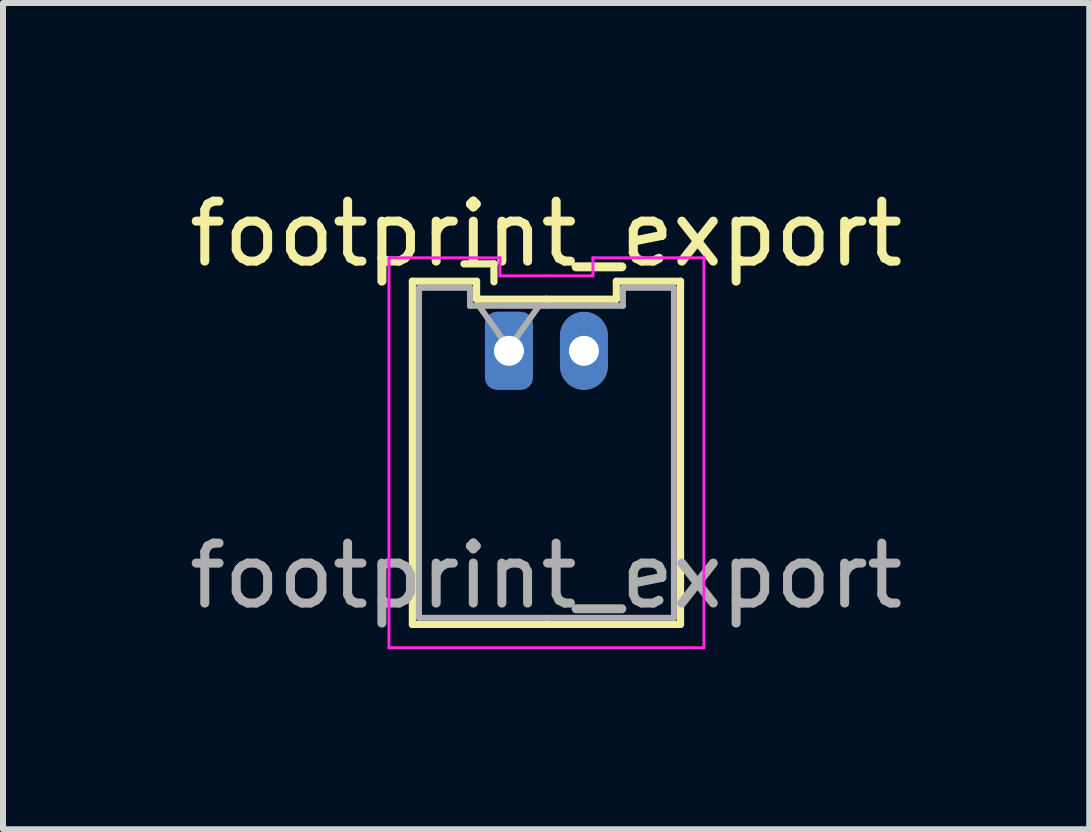
<source format=kicad_pcb>
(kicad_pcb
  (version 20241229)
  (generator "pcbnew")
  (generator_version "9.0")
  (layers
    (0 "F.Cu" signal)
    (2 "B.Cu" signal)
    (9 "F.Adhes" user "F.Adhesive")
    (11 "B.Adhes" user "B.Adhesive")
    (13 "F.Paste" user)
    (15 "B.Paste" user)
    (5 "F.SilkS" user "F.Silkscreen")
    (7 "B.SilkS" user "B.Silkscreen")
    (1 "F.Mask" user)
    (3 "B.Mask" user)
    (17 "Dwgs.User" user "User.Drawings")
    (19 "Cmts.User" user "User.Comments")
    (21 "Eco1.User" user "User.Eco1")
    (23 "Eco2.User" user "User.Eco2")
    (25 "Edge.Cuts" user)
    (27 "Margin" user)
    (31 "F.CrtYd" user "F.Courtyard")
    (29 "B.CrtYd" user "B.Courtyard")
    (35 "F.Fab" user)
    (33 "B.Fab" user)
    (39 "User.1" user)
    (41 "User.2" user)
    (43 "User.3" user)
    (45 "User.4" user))
  (footprint "footprint_export"
    (layer "F.Cu")
    (at 5.434 2.798)
    (property "Reference" "footprint_export" (at 0.62 -1.95 0) (layer "F.SilkS") (effects (font (size 1 1) (thickness 0.15))))
    (attr through_hole)
    (fp_line (start -1.61 -1.16) (end -1.61 4.56) (stroke (width 0.12) (type solid)) (layer "F.SilkS"))
    (fp_line (start -1.61 4.56) (end 0.625 4.56) (stroke (width 0.12) (type solid)) (layer "F.SilkS"))
    (fp_line (start -0.54 -1.16) (end -1.61 -1.16) (stroke (width 0.12) (type solid)) (layer "F.SilkS"))
    (fp_line (start -0.54 -0.86) (end -0.54 -1.16) (stroke (width 0.12) (type solid)) (layer "F.SilkS"))
    (fp_line (start -0.25 -1.45) (end -0.75 -1.45) (stroke (width 0.12) (type solid)) (layer "F.SilkS"))
    (fp_line (start -0.25 -1.15) (end -0.25 -1.45) (stroke (width 0.12) (type solid)) (layer "F.SilkS"))
    (fp_line (start 0.625 -0.86) (end -0.54 -0.86) (stroke (width 0.12) (type solid)) (layer "F.SilkS"))
    (fp_line (start 0.625 -0.86) (end 1.79 -0.86) (stroke (width 0.12) (type solid)) (layer "F.SilkS"))
    (fp_line (start 1.79 -1.16) (end 2.86 -1.16) (stroke (width 0.12) (type solid)) (layer "F.SilkS"))
    (fp_line (start 1.79 -0.86) (end 1.79 -1.16) (stroke (width 0.12) (type solid)) (layer "F.SilkS"))
    (fp_line (start 2.86 -1.16) (end 2.86 4.56) (stroke (width 0.12) (type solid)) (layer "F.SilkS"))
    (fp_line (start 2.86 4.56) (end 0.625 4.56) (stroke (width 0.12) (type solid)) (layer "F.SilkS"))
    (fp_line (start -2 -1.55) (end -2 4.95) (stroke (width 0.05) (type solid)) (layer "F.CrtYd"))
    (fp_line (start -2 4.95) (end 0.62 4.95) (stroke (width 0.05) (type solid)) (layer "F.CrtYd"))
    (fp_line (start -0.15 -1.55) (end -2 -1.55) (stroke (width 0.05) (type solid)) (layer "F.CrtYd"))
    (fp_line (start -0.15 -1.25) (end -0.15 -1.55) (stroke (width 0.05) (type solid)) (layer "F.CrtYd"))
    (fp_line (start 0.62 -1.25) (end -0.15 -1.25) (stroke (width 0.05) (type solid)) (layer "F.CrtYd"))
    (fp_line (start 0.63 -1.25) (end 1.4 -1.25) (stroke (width 0.05) (type solid)) (layer "F.CrtYd"))
    (fp_line (start 1.4 -1.55) (end 3.25 -1.55) (stroke (width 0.05) (type solid)) (layer "F.CrtYd"))
    (fp_line (start 1.4 -1.25) (end 1.4 -1.55) (stroke (width 0.05) (type solid)) (layer "F.CrtYd"))
    (fp_line (start 3.25 -1.55) (end 3.25 4.95) (stroke (width 0.05) (type solid)) (layer "F.CrtYd"))
    (fp_line (start 3.25 4.95) (end 0.63 4.95) (stroke (width 0.05) (type solid)) (layer "F.CrtYd"))
    (fp_line (start -1.5 -1.05) (end -1.5 4.45) (stroke (width 0.1) (type solid)) (layer "F.Fab"))
    (fp_line (start -1.5 4.45) (end 0.625 4.45) (stroke (width 0.1) (type solid)) (layer "F.Fab"))
    (fp_line (start -0.65 -1.05) (end -1.5 -1.05) (stroke (width 0.1) (type solid)) (layer "F.Fab"))
    (fp_line (start -0.65 -0.75) (end -0.65 -1.05) (stroke (width 0.1) (type solid)) (layer "F.Fab"))
    (fp_line (start -0.5 -0.75) (end 0 -0.043) (stroke (width 0.1) (type solid)) (layer "F.Fab"))
    (fp_line (start 0 -0.043) (end 0.5 -0.75) (stroke (width 0.1) (type solid)) (layer "F.Fab"))
    (fp_line (start 0.625 -0.75) (end -0.65 -0.75) (stroke (width 0.1) (type solid)) (layer "F.Fab"))
    (fp_line (start 0.625 -0.75) (end 1.9 -0.75) (stroke (width 0.1) (type solid)) (layer "F.Fab"))
    (fp_line (start 1.9 -1.05) (end 2.75 -1.05) (stroke (width 0.1) (type solid)) (layer "F.Fab"))
    (fp_line (start 1.9 -0.75) (end 1.9 -1.05) (stroke (width 0.1) (type solid)) (layer "F.Fab"))
    (fp_line (start 2.75 -1.05) (end 2.75 4.45) (stroke (width 0.1) (type solid)) (layer "F.Fab"))
    (fp_line (start 2.75 4.45) (end 0.625 4.45) (stroke (width 0.1) (type solid)) (layer "F.Fab"))
    (fp_text user "${REFERENCE}" (at 0.62 3.75 0) (layer "F.Fab") (effects (font (size 1 1) (thickness 0.15))))
    (pad "1" thru_hole roundrect (at 0 0) (size 0.8 1.3) (drill 0.5) (layers "*.Cu" "*.Mask") (roundrect_rratio 0.25))
    (pad "2" thru_hole oval (at 1.25 0) (size 0.8 1.3) (drill 0.5) (layers "*.Cu" "*.Mask")))
  (gr_rect
    (start -3 -3)
    (end 15.107 10.773)
    (stroke (width 0.1) (type default))
    (fill no)
    (layer "Edge.Cuts")))
</source>
